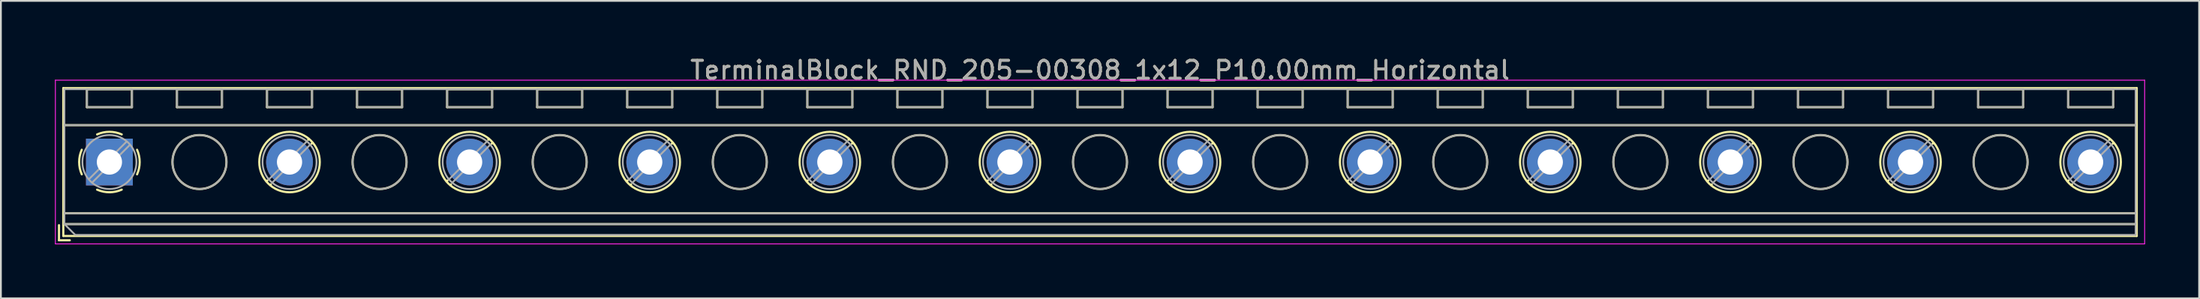
<source format=kicad_pcb>
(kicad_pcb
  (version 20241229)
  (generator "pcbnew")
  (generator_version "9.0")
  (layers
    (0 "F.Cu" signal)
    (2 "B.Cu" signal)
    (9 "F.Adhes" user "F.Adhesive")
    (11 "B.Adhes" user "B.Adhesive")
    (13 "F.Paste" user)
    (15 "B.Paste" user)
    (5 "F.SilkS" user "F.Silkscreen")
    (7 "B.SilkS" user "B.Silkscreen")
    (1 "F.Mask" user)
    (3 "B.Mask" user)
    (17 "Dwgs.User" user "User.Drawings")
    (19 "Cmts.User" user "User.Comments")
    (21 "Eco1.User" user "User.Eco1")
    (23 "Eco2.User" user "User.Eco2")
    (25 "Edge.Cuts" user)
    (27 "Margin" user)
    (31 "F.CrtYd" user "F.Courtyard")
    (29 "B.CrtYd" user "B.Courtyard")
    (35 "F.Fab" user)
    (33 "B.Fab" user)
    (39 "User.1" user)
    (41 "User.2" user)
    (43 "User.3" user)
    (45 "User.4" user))
  (footprint "TerminalBlock_RND_205-00308_1x12_P10.00mm_Horizontal"
    (layer "F.Cu")
    (at 3.025 5.958)
    (property "Reference" "TerminalBlock_RND_205-00308_1x12_P10.00mm_Horizontal" (at 55 -5.11 0) (layer "F.SilkS") (effects (font (size 1 1) (thickness 0.15))))
    (attr through_hole)
    (fp_line (start -2.8 3.51) (end -2.8 4.35) (stroke (width 0.12) (type solid)) (layer "F.SilkS"))
    (fp_line (start -2.8 4.35) (end -2.2 4.35) (stroke (width 0.12) (type solid)) (layer "F.SilkS"))
    (fp_line (start -2.56 -4.11) (end -2.56 4.11) (stroke (width 0.12) (type solid)) (layer "F.SilkS"))
    (fp_line (start -2.56 -4.11) (end 112.56 -4.11) (stroke (width 0.12) (type solid)) (layer "F.SilkS"))
    (fp_line (start -2.56 -2.05) (end 112.56 -2.05) (stroke (width 0.12) (type solid)) (layer "F.SilkS"))
    (fp_line (start -2.56 2.85) (end 112.56 2.85) (stroke (width 0.12) (type solid)) (layer "F.SilkS"))
    (fp_line (start -2.56 3.45) (end 112.56 3.45) (stroke (width 0.12) (type solid)) (layer "F.SilkS"))
    (fp_line (start -2.56 4.11) (end 112.56 4.11) (stroke (width 0.12) (type solid)) (layer "F.SilkS"))
    (fp_line (start -1.25 -4.05) (end -1.25 -3.05) (stroke (width 0.12) (type solid)) (layer "F.SilkS"))
    (fp_line (start -1.25 -4.05) (end 1.25 -4.05) (stroke (width 0.12) (type solid)) (layer "F.SilkS"))
    (fp_line (start -1.25 -3.05) (end 1.25 -3.05) (stroke (width 0.12) (type solid)) (layer "F.SilkS"))
    (fp_line (start 1.25 -4.05) (end 1.25 -3.05) (stroke (width 0.12) (type solid)) (layer "F.SilkS"))
    (fp_line (start 3.75 -4.05) (end 3.75 -3.05) (stroke (width 0.12) (type solid)) (layer "F.SilkS"))
    (fp_line (start 3.75 -4.05) (end 6.25 -4.05) (stroke (width 0.12) (type solid)) (layer "F.SilkS"))
    (fp_line (start 3.75 -3.05) (end 6.25 -3.05) (stroke (width 0.12) (type solid)) (layer "F.SilkS"))
    (fp_line (start 6.25 -4.05) (end 6.25 -3.05) (stroke (width 0.12) (type solid)) (layer "F.SilkS"))
    (fp_line (start 8.75 -4.05) (end 8.75 -3.05) (stroke (width 0.12) (type solid)) (layer "F.SilkS"))
    (fp_line (start 8.75 -4.05) (end 11.25 -4.05) (stroke (width 0.12) (type solid)) (layer "F.SilkS"))
    (fp_line (start 8.75 -3.05) (end 11.25 -3.05) (stroke (width 0.12) (type solid)) (layer "F.SilkS"))
    (fp_line (start 8.773 1.023) (end 8.726 1.069) (stroke (width 0.12) (type solid)) (layer "F.SilkS"))
    (fp_line (start 8.966 1.239) (end 8.931 1.274) (stroke (width 0.12) (type solid)) (layer "F.SilkS"))
    (fp_line (start 11.07 -1.275) (end 11.035 -1.239) (stroke (width 0.12) (type solid)) (layer "F.SilkS"))
    (fp_line (start 11.25 -4.05) (end 11.25 -3.05) (stroke (width 0.12) (type solid)) (layer "F.SilkS"))
    (fp_line (start 11.275 -1.069) (end 11.228 -1.023) (stroke (width 0.12) (type solid)) (layer "F.SilkS"))
    (fp_line (start 13.75 -4.05) (end 13.75 -3.05) (stroke (width 0.12) (type solid)) (layer "F.SilkS"))
    (fp_line (start 13.75 -4.05) (end 16.25 -4.05) (stroke (width 0.12) (type solid)) (layer "F.SilkS"))
    (fp_line (start 13.75 -3.05) (end 16.25 -3.05) (stroke (width 0.12) (type solid)) (layer "F.SilkS"))
    (fp_line (start 16.25 -4.05) (end 16.25 -3.05) (stroke (width 0.12) (type solid)) (layer "F.SilkS"))
    (fp_line (start 18.75 -4.05) (end 18.75 -3.05) (stroke (width 0.12) (type solid)) (layer "F.SilkS"))
    (fp_line (start 18.75 -4.05) (end 21.25 -4.05) (stroke (width 0.12) (type solid)) (layer "F.SilkS"))
    (fp_line (start 18.75 -3.05) (end 21.25 -3.05) (stroke (width 0.12) (type solid)) (layer "F.SilkS"))
    (fp_line (start 18.773 1.023) (end 18.726 1.069) (stroke (width 0.12) (type solid)) (layer "F.SilkS"))
    (fp_line (start 18.966 1.239) (end 18.931 1.274) (stroke (width 0.12) (type solid)) (layer "F.SilkS"))
    (fp_line (start 21.07 -1.275) (end 21.035 -1.239) (stroke (width 0.12) (type solid)) (layer "F.SilkS"))
    (fp_line (start 21.25 -4.05) (end 21.25 -3.05) (stroke (width 0.12) (type solid)) (layer "F.SilkS"))
    (fp_line (start 21.275 -1.069) (end 21.228 -1.023) (stroke (width 0.12) (type solid)) (layer "F.SilkS"))
    (fp_line (start 23.75 -4.05) (end 23.75 -3.05) (stroke (width 0.12) (type solid)) (layer "F.SilkS"))
    (fp_line (start 23.75 -4.05) (end 26.25 -4.05) (stroke (width 0.12) (type solid)) (layer "F.SilkS"))
    (fp_line (start 23.75 -3.05) (end 26.25 -3.05) (stroke (width 0.12) (type solid)) (layer "F.SilkS"))
    (fp_line (start 26.25 -4.05) (end 26.25 -3.05) (stroke (width 0.12) (type solid)) (layer "F.SilkS"))
    (fp_line (start 28.75 -4.05) (end 28.75 -3.05) (stroke (width 0.12) (type solid)) (layer "F.SilkS"))
    (fp_line (start 28.75 -4.05) (end 31.25 -4.05) (stroke (width 0.12) (type solid)) (layer "F.SilkS"))
    (fp_line (start 28.75 -3.05) (end 31.25 -3.05) (stroke (width 0.12) (type solid)) (layer "F.SilkS"))
    (fp_line (start 28.773 1.023) (end 28.726 1.069) (stroke (width 0.12) (type solid)) (layer "F.SilkS"))
    (fp_line (start 28.966 1.239) (end 28.931 1.274) (stroke (width 0.12) (type solid)) (layer "F.SilkS"))
    (fp_line (start 31.07 -1.275) (end 31.035 -1.239) (stroke (width 0.12) (type solid)) (layer "F.SilkS"))
    (fp_line (start 31.25 -4.05) (end 31.25 -3.05) (stroke (width 0.12) (type solid)) (layer "F.SilkS"))
    (fp_line (start 31.275 -1.069) (end 31.228 -1.023) (stroke (width 0.12) (type solid)) (layer "F.SilkS"))
    (fp_line (start 33.75 -4.05) (end 33.75 -3.05) (stroke (width 0.12) (type solid)) (layer "F.SilkS"))
    (fp_line (start 33.75 -4.05) (end 36.25 -4.05) (stroke (width 0.12) (type solid)) (layer "F.SilkS"))
    (fp_line (start 33.75 -3.05) (end 36.25 -3.05) (stroke (width 0.12) (type solid)) (layer "F.SilkS"))
    (fp_line (start 36.25 -4.05) (end 36.25 -3.05) (stroke (width 0.12) (type solid)) (layer "F.SilkS"))
    (fp_line (start 38.75 -4.05) (end 38.75 -3.05) (stroke (width 0.12) (type solid)) (layer "F.SilkS"))
    (fp_line (start 38.75 -4.05) (end 41.25 -4.05) (stroke (width 0.12) (type solid)) (layer "F.SilkS"))
    (fp_line (start 38.75 -3.05) (end 41.25 -3.05) (stroke (width 0.12) (type solid)) (layer "F.SilkS"))
    (fp_line (start 38.773 1.023) (end 38.726 1.069) (stroke (width 0.12) (type solid)) (layer "F.SilkS"))
    (fp_line (start 38.966 1.239) (end 38.931 1.274) (stroke (width 0.12) (type solid)) (layer "F.SilkS"))
    (fp_line (start 41.07 -1.275) (end 41.035 -1.239) (stroke (width 0.12) (type solid)) (layer "F.SilkS"))
    (fp_line (start 41.25 -4.05) (end 41.25 -3.05) (stroke (width 0.12) (type solid)) (layer "F.SilkS"))
    (fp_line (start 41.275 -1.069) (end 41.228 -1.023) (stroke (width 0.12) (type solid)) (layer "F.SilkS"))
    (fp_line (start 43.75 -4.05) (end 43.75 -3.05) (stroke (width 0.12) (type solid)) (layer "F.SilkS"))
    (fp_line (start 43.75 -4.05) (end 46.25 -4.05) (stroke (width 0.12) (type solid)) (layer "F.SilkS"))
    (fp_line (start 43.75 -3.05) (end 46.25 -3.05) (stroke (width 0.12) (type solid)) (layer "F.SilkS"))
    (fp_line (start 46.25 -4.05) (end 46.25 -3.05) (stroke (width 0.12) (type solid)) (layer "F.SilkS"))
    (fp_line (start 48.75 -4.05) (end 48.75 -3.05) (stroke (width 0.12) (type solid)) (layer "F.SilkS"))
    (fp_line (start 48.75 -4.05) (end 51.25 -4.05) (stroke (width 0.12) (type solid)) (layer "F.SilkS"))
    (fp_line (start 48.75 -3.05) (end 51.25 -3.05) (stroke (width 0.12) (type solid)) (layer "F.SilkS"))
    (fp_line (start 48.773 1.023) (end 48.726 1.069) (stroke (width 0.12) (type solid)) (layer "F.SilkS"))
    (fp_line (start 48.966 1.239) (end 48.931 1.274) (stroke (width 0.12) (type solid)) (layer "F.SilkS"))
    (fp_line (start 51.07 -1.275) (end 51.035 -1.239) (stroke (width 0.12) (type solid)) (layer "F.SilkS"))
    (fp_line (start 51.25 -4.05) (end 51.25 -3.05) (stroke (width 0.12) (type solid)) (layer "F.SilkS"))
    (fp_line (start 51.275 -1.069) (end 51.228 -1.023) (stroke (width 0.12) (type solid)) (layer "F.SilkS"))
    (fp_line (start 53.75 -4.05) (end 53.75 -3.05) (stroke (width 0.12) (type solid)) (layer "F.SilkS"))
    (fp_line (start 53.75 -4.05) (end 56.25 -4.05) (stroke (width 0.12) (type solid)) (layer "F.SilkS"))
    (fp_line (start 53.75 -3.05) (end 56.25 -3.05) (stroke (width 0.12) (type solid)) (layer "F.SilkS"))
    (fp_line (start 56.25 -4.05) (end 56.25 -3.05) (stroke (width 0.12) (type solid)) (layer "F.SilkS"))
    (fp_line (start 58.75 -4.05) (end 58.75 -3.05) (stroke (width 0.12) (type solid)) (layer "F.SilkS"))
    (fp_line (start 58.75 -4.05) (end 61.25 -4.05) (stroke (width 0.12) (type solid)) (layer "F.SilkS"))
    (fp_line (start 58.75 -3.05) (end 61.25 -3.05) (stroke (width 0.12) (type solid)) (layer "F.SilkS"))
    (fp_line (start 58.773 1.023) (end 58.726 1.069) (stroke (width 0.12) (type solid)) (layer "F.SilkS"))
    (fp_line (start 58.966 1.239) (end 58.931 1.274) (stroke (width 0.12) (type solid)) (layer "F.SilkS"))
    (fp_line (start 61.07 -1.275) (end 61.035 -1.239) (stroke (width 0.12) (type solid)) (layer "F.SilkS"))
    (fp_line (start 61.25 -4.05) (end 61.25 -3.05) (stroke (width 0.12) (type solid)) (layer "F.SilkS"))
    (fp_line (start 61.275 -1.069) (end 61.228 -1.023) (stroke (width 0.12) (type solid)) (layer "F.SilkS"))
    (fp_line (start 63.75 -4.05) (end 63.75 -3.05) (stroke (width 0.12) (type solid)) (layer "F.SilkS"))
    (fp_line (start 63.75 -4.05) (end 66.25 -4.05) (stroke (width 0.12) (type solid)) (layer "F.SilkS"))
    (fp_line (start 63.75 -3.05) (end 66.25 -3.05) (stroke (width 0.12) (type solid)) (layer "F.SilkS"))
    (fp_line (start 66.25 -4.05) (end 66.25 -3.05) (stroke (width 0.12) (type solid)) (layer "F.SilkS"))
    (fp_line (start 68.75 -4.05) (end 68.75 -3.05) (stroke (width 0.12) (type solid)) (layer "F.SilkS"))
    (fp_line (start 68.75 -4.05) (end 71.25 -4.05) (stroke (width 0.12) (type solid)) (layer "F.SilkS"))
    (fp_line (start 68.75 -3.05) (end 71.25 -3.05) (stroke (width 0.12) (type solid)) (layer "F.SilkS"))
    (fp_line (start 68.773 1.023) (end 68.726 1.069) (stroke (width 0.12) (type solid)) (layer "F.SilkS"))
    (fp_line (start 68.966 1.239) (end 68.931 1.274) (stroke (width 0.12) (type solid)) (layer "F.SilkS"))
    (fp_line (start 71.07 -1.275) (end 71.035 -1.239) (stroke (width 0.12) (type solid)) (layer "F.SilkS"))
    (fp_line (start 71.25 -4.05) (end 71.25 -3.05) (stroke (width 0.12) (type solid)) (layer "F.SilkS"))
    (fp_line (start 71.275 -1.069) (end 71.228 -1.023) (stroke (width 0.12) (type solid)) (layer "F.SilkS"))
    (fp_line (start 73.75 -4.05) (end 73.75 -3.05) (stroke (width 0.12) (type solid)) (layer "F.SilkS"))
    (fp_line (start 73.75 -4.05) (end 76.25 -4.05) (stroke (width 0.12) (type solid)) (layer "F.SilkS"))
    (fp_line (start 73.75 -3.05) (end 76.25 -3.05) (stroke (width 0.12) (type solid)) (layer "F.SilkS"))
    (fp_line (start 76.25 -4.05) (end 76.25 -3.05) (stroke (width 0.12) (type solid)) (layer "F.SilkS"))
    (fp_line (start 78.75 -4.05) (end 78.75 -3.05) (stroke (width 0.12) (type solid)) (layer "F.SilkS"))
    (fp_line (start 78.75 -4.05) (end 81.25 -4.05) (stroke (width 0.12) (type solid)) (layer "F.SilkS"))
    (fp_line (start 78.75 -3.05) (end 81.25 -3.05) (stroke (width 0.12) (type solid)) (layer "F.SilkS"))
    (fp_line (start 78.773 1.023) (end 78.726 1.069) (stroke (width 0.12) (type solid)) (layer "F.SilkS"))
    (fp_line (start 78.966 1.239) (end 78.931 1.274) (stroke (width 0.12) (type solid)) (layer "F.SilkS"))
    (fp_line (start 81.07 -1.275) (end 81.035 -1.239) (stroke (width 0.12) (type solid)) (layer "F.SilkS"))
    (fp_line (start 81.25 -4.05) (end 81.25 -3.05) (stroke (width 0.12) (type solid)) (layer "F.SilkS"))
    (fp_line (start 81.275 -1.069) (end 81.228 -1.023) (stroke (width 0.12) (type solid)) (layer "F.SilkS"))
    (fp_line (start 83.75 -4.05) (end 83.75 -3.05) (stroke (width 0.12) (type solid)) (layer "F.SilkS"))
    (fp_line (start 83.75 -4.05) (end 86.25 -4.05) (stroke (width 0.12) (type solid)) (layer "F.SilkS"))
    (fp_line (start 83.75 -3.05) (end 86.25 -3.05) (stroke (width 0.12) (type solid)) (layer "F.SilkS"))
    (fp_line (start 86.25 -4.05) (end 86.25 -3.05) (stroke (width 0.12) (type solid)) (layer "F.SilkS"))
    (fp_line (start 88.75 -4.05) (end 88.75 -3.05) (stroke (width 0.12) (type solid)) (layer "F.SilkS"))
    (fp_line (start 88.75 -4.05) (end 91.25 -4.05) (stroke (width 0.12) (type solid)) (layer "F.SilkS"))
    (fp_line (start 88.75 -3.05) (end 91.25 -3.05) (stroke (width 0.12) (type solid)) (layer "F.SilkS"))
    (fp_line (start 88.773 1.023) (end 88.726 1.069) (stroke (width 0.12) (type solid)) (layer "F.SilkS"))
    (fp_line (start 88.966 1.239) (end 88.931 1.274) (stroke (width 0.12) (type solid)) (layer "F.SilkS"))
    (fp_line (start 91.07 -1.275) (end 91.035 -1.239) (stroke (width 0.12) (type solid)) (layer "F.SilkS"))
    (fp_line (start 91.25 -4.05) (end 91.25 -3.05) (stroke (width 0.12) (type solid)) (layer "F.SilkS"))
    (fp_line (start 91.275 -1.069) (end 91.228 -1.023) (stroke (width 0.12) (type solid)) (layer "F.SilkS"))
    (fp_line (start 93.75 -4.05) (end 93.75 -3.05) (stroke (width 0.12) (type solid)) (layer "F.SilkS"))
    (fp_line (start 93.75 -4.05) (end 96.25 -4.05) (stroke (width 0.12) (type solid)) (layer "F.SilkS"))
    (fp_line (start 93.75 -3.05) (end 96.25 -3.05) (stroke (width 0.12) (type solid)) (layer "F.SilkS"))
    (fp_line (start 96.25 -4.05) (end 96.25 -3.05) (stroke (width 0.12) (type solid)) (layer "F.SilkS"))
    (fp_line (start 98.75 -4.05) (end 98.75 -3.05) (stroke (width 0.12) (type solid)) (layer "F.SilkS"))
    (fp_line (start 98.75 -4.05) (end 101.25 -4.05) (stroke (width 0.12) (type solid)) (layer "F.SilkS"))
    (fp_line (start 98.75 -3.05) (end 101.25 -3.05) (stroke (width 0.12) (type solid)) (layer "F.SilkS"))
    (fp_line (start 98.773 1.023) (end 98.726 1.069) (stroke (width 0.12) (type solid)) (layer "F.SilkS"))
    (fp_line (start 98.966 1.239) (end 98.931 1.274) (stroke (width 0.12) (type solid)) (layer "F.SilkS"))
    (fp_line (start 101.07 -1.275) (end 101.035 -1.239) (stroke (width 0.12) (type solid)) (layer "F.SilkS"))
    (fp_line (start 101.25 -4.05) (end 101.25 -3.05) (stroke (width 0.12) (type solid)) (layer "F.SilkS"))
    (fp_line (start 101.275 -1.069) (end 101.228 -1.023) (stroke (width 0.12) (type solid)) (layer "F.SilkS"))
    (fp_line (start 103.75 -4.05) (end 103.75 -3.05) (stroke (width 0.12) (type solid)) (layer "F.SilkS"))
    (fp_line (start 103.75 -4.05) (end 106.25 -4.05) (stroke (width 0.12) (type solid)) (layer "F.SilkS"))
    (fp_line (start 103.75 -3.05) (end 106.25 -3.05) (stroke (width 0.12) (type solid)) (layer "F.SilkS"))
    (fp_line (start 106.25 -4.05) (end 106.25 -3.05) (stroke (width 0.12) (type solid)) (layer "F.SilkS"))
    (fp_line (start 108.75 -4.05) (end 108.75 -3.05) (stroke (width 0.12) (type solid)) (layer "F.SilkS"))
    (fp_line (start 108.75 -4.05) (end 111.25 -4.05) (stroke (width 0.12) (type solid)) (layer "F.SilkS"))
    (fp_line (start 108.75 -3.05) (end 111.25 -3.05) (stroke (width 0.12) (type solid)) (layer "F.SilkS"))
    (fp_line (start 108.773 1.023) (end 108.726 1.069) (stroke (width 0.12) (type solid)) (layer "F.SilkS"))
    (fp_line (start 108.966 1.239) (end 108.931 1.274) (stroke (width 0.12) (type solid)) (layer "F.SilkS"))
    (fp_line (start 111.07 -1.275) (end 111.035 -1.239) (stroke (width 0.12) (type solid)) (layer "F.SilkS"))
    (fp_line (start 111.25 -4.05) (end 111.25 -3.05) (stroke (width 0.12) (type solid)) (layer "F.SilkS"))
    (fp_line (start 111.275 -1.069) (end 111.228 -1.023) (stroke (width 0.12) (type solid)) (layer "F.SilkS"))
    (fp_line (start 112.56 -4.11) (end 112.56 4.11) (stroke (width 0.12) (type solid)) (layer "F.SilkS"))
    (fp_arc (start -1.535427 0.683042) (mid -1.680501 -0.000524) (end -1.535 -0.684) (stroke (width 0.12) (type solid)) (layer "F.SilkS"))
    (fp_arc (start -0.683042 -1.535427) (mid 0.000524 -1.680501) (end 0.684 -1.535) (stroke (width 0.12) (type solid)) (layer "F.SilkS"))
    (fp_arc (start 0.028805 1.680253) (mid -0.335551 1.646659) (end -0.684 1.535) (stroke (width 0.12) (type solid)) (layer "F.SilkS"))
    (fp_arc (start 0.683318 1.534756) (mid 0.349292 1.643288) (end 0 1.68) (stroke (width 0.12) (type solid)) (layer "F.SilkS"))
    (fp_arc (start 1.535427 -0.683042) (mid 1.680501 0.000524) (end 1.535 0.684) (stroke (width 0.12) (type solid)) (layer "F.SilkS"))
    (fp_circle (center 5 0) (end 6.5 0) (stroke (width 0.12) (type solid)) (fill no) (layer "F.SilkS"))
    (fp_circle (center 10 0) (end 11.68 0) (stroke (width 0.12) (type solid)) (fill no) (layer "F.SilkS"))
    (fp_circle (center 15 0) (end 16.5 0) (stroke (width 0.12) (type solid)) (fill no) (layer "F.SilkS"))
    (fp_circle (center 20 0) (end 21.68 0) (stroke (width 0.12) (type solid)) (fill no) (layer "F.SilkS"))
    (fp_circle (center 25 0) (end 26.5 0) (stroke (width 0.12) (type solid)) (fill no) (layer "F.SilkS"))
    (fp_circle (center 30 0) (end 31.68 0) (stroke (width 0.12) (type solid)) (fill no) (layer "F.SilkS"))
    (fp_circle (center 35 0) (end 36.5 0) (stroke (width 0.12) (type solid)) (fill no) (layer "F.SilkS"))
    (fp_circle (center 40 0) (end 41.68 0) (stroke (width 0.12) (type solid)) (fill no) (layer "F.SilkS"))
    (fp_circle (center 45 0) (end 46.5 0) (stroke (width 0.12) (type solid)) (fill no) (layer "F.SilkS"))
    (fp_circle (center 50 0) (end 51.68 0) (stroke (width 0.12) (type solid)) (fill no) (layer "F.SilkS"))
    (fp_circle (center 55 0) (end 56.5 0) (stroke (width 0.12) (type solid)) (fill no) (layer "F.SilkS"))
    (fp_circle (center 60 0) (end 61.68 0) (stroke (width 0.12) (type solid)) (fill no) (layer "F.SilkS"))
    (fp_circle (center 65 0) (end 66.5 0) (stroke (width 0.12) (type solid)) (fill no) (layer "F.SilkS"))
    (fp_circle (center 70 0) (end 71.68 0) (stroke (width 0.12) (type solid)) (fill no) (layer "F.SilkS"))
    (fp_circle (center 75 0) (end 76.5 0) (stroke (width 0.12) (type solid)) (fill no) (layer "F.SilkS"))
    (fp_circle (center 80 0) (end 81.68 0) (stroke (width 0.12) (type solid)) (fill no) (layer "F.SilkS"))
    (fp_circle (center 85 0) (end 86.5 0) (stroke (width 0.12) (type solid)) (fill no) (layer "F.SilkS"))
    (fp_circle (center 90 0) (end 91.68 0) (stroke (width 0.12) (type solid)) (fill no) (layer "F.SilkS"))
    (fp_circle (center 95 0) (end 96.5 0) (stroke (width 0.12) (type solid)) (fill no) (layer "F.SilkS"))
    (fp_circle (center 100 0) (end 101.68 0) (stroke (width 0.12) (type solid)) (fill no) (layer "F.SilkS"))
    (fp_circle (center 105 0) (end 106.5 0) (stroke (width 0.12) (type solid)) (fill no) (layer "F.SilkS"))
    (fp_circle (center 110 0) (end 111.68 0) (stroke (width 0.12) (type solid)) (fill no) (layer "F.SilkS"))
    (fp_line (start -3 -4.55) (end -3 4.55) (stroke (width 0.05) (type solid)) (layer "F.CrtYd"))
    (fp_line (start -3 4.55) (end 113 4.55) (stroke (width 0.05) (type solid)) (layer "F.CrtYd"))
    (fp_line (start 113 -4.55) (end -3 -4.55) (stroke (width 0.05) (type solid)) (layer "F.CrtYd"))
    (fp_line (start 113 4.55) (end 113 -4.55) (stroke (width 0.05) (type solid)) (layer "F.CrtYd"))
    (fp_line (start -2.5 -4.05) (end 112.5 -4.05) (stroke (width 0.1) (type solid)) (layer "F.Fab"))
    (fp_line (start -2.5 -2.05) (end 112.5 -2.05) (stroke (width 0.1) (type solid)) (layer "F.Fab"))
    (fp_line (start -2.5 2.85) (end 112.5 2.85) (stroke (width 0.1) (type solid)) (layer "F.Fab"))
    (fp_line (start -2.5 3.45) (end -2.5 -4.05) (stroke (width 0.1) (type solid)) (layer "F.Fab"))
    (fp_line (start -2.5 3.45) (end 112.5 3.45) (stroke (width 0.1) (type solid)) (layer "F.Fab"))
    (fp_line (start -1.9 4.05) (end -2.5 3.45) (stroke (width 0.1) (type solid)) (layer "F.Fab"))
    (fp_line (start -1.25 -4.05) (end -1.25 -3.05) (stroke (width 0.1) (type solid)) (layer "F.Fab"))
    (fp_line (start -1.25 -3.05) (end 1.25 -3.05) (stroke (width 0.1) (type solid)) (layer "F.Fab"))
    (fp_line (start 0.955 -1.138) (end -1.138 0.955) (stroke (width 0.1) (type solid)) (layer "F.Fab"))
    (fp_line (start 1.138 -0.955) (end -0.955 1.138) (stroke (width 0.1) (type solid)) (layer "F.Fab"))
    (fp_line (start 1.25 -4.05) (end -1.25 -4.05) (stroke (width 0.1) (type solid)) (layer "F.Fab"))
    (fp_line (start 1.25 -3.05) (end 1.25 -4.05) (stroke (width 0.1) (type solid)) (layer "F.Fab"))
    (fp_line (start 3.75 -4.05) (end 3.75 -3.05) (stroke (width 0.1) (type solid)) (layer "F.Fab"))
    (fp_line (start 3.75 -3.05) (end 6.25 -3.05) (stroke (width 0.1) (type solid)) (layer "F.Fab"))
    (fp_line (start 6.25 -4.05) (end 3.75 -4.05) (stroke (width 0.1) (type solid)) (layer "F.Fab"))
    (fp_line (start 6.25 -3.05) (end 6.25 -4.05) (stroke (width 0.1) (type solid)) (layer "F.Fab"))
    (fp_line (start 8.75 -4.05) (end 8.75 -3.05) (stroke (width 0.1) (type solid)) (layer "F.Fab"))
    (fp_line (start 8.75 -3.05) (end 11.25 -3.05) (stroke (width 0.1) (type solid)) (layer "F.Fab"))
    (fp_line (start 10.955 -1.138) (end 8.863 0.955) (stroke (width 0.1) (type solid)) (layer "F.Fab"))
    (fp_line (start 11.138 -0.955) (end 9.046 1.138) (stroke (width 0.1) (type solid)) (layer "F.Fab"))
    (fp_line (start 11.25 -4.05) (end 8.75 -4.05) (stroke (width 0.1) (type solid)) (layer "F.Fab"))
    (fp_line (start 11.25 -3.05) (end 11.25 -4.05) (stroke (width 0.1) (type solid)) (layer "F.Fab"))
    (fp_line (start 13.75 -4.05) (end 13.75 -3.05) (stroke (width 0.1) (type solid)) (layer "F.Fab"))
    (fp_line (start 13.75 -3.05) (end 16.25 -3.05) (stroke (width 0.1) (type solid)) (layer "F.Fab"))
    (fp_line (start 16.25 -4.05) (end 13.75 -4.05) (stroke (width 0.1) (type solid)) (layer "F.Fab"))
    (fp_line (start 16.25 -3.05) (end 16.25 -4.05) (stroke (width 0.1) (type solid)) (layer "F.Fab"))
    (fp_line (start 18.75 -4.05) (end 18.75 -3.05) (stroke (width 0.1) (type solid)) (layer "F.Fab"))
    (fp_line (start 18.75 -3.05) (end 21.25 -3.05) (stroke (width 0.1) (type solid)) (layer "F.Fab"))
    (fp_line (start 20.955 -1.138) (end 18.863 0.955) (stroke (width 0.1) (type solid)) (layer "F.Fab"))
    (fp_line (start 21.138 -0.955) (end 19.046 1.138) (stroke (width 0.1) (type solid)) (layer "F.Fab"))
    (fp_line (start 21.25 -4.05) (end 18.75 -4.05) (stroke (width 0.1) (type solid)) (layer "F.Fab"))
    (fp_line (start 21.25 -3.05) (end 21.25 -4.05) (stroke (width 0.1) (type solid)) (layer "F.Fab"))
    (fp_line (start 23.75 -4.05) (end 23.75 -3.05) (stroke (width 0.1) (type solid)) (layer "F.Fab"))
    (fp_line (start 23.75 -3.05) (end 26.25 -3.05) (stroke (width 0.1) (type solid)) (layer "F.Fab"))
    (fp_line (start 26.25 -4.05) (end 23.75 -4.05) (stroke (width 0.1) (type solid)) (layer "F.Fab"))
    (fp_line (start 26.25 -3.05) (end 26.25 -4.05) (stroke (width 0.1) (type solid)) (layer "F.Fab"))
    (fp_line (start 28.75 -4.05) (end 28.75 -3.05) (stroke (width 0.1) (type solid)) (layer "F.Fab"))
    (fp_line (start 28.75 -3.05) (end 31.25 -3.05) (stroke (width 0.1) (type solid)) (layer "F.Fab"))
    (fp_line (start 30.955 -1.138) (end 28.863 0.955) (stroke (width 0.1) (type solid)) (layer "F.Fab"))
    (fp_line (start 31.138 -0.955) (end 29.046 1.138) (stroke (width 0.1) (type solid)) (layer "F.Fab"))
    (fp_line (start 31.25 -4.05) (end 28.75 -4.05) (stroke (width 0.1) (type solid)) (layer "F.Fab"))
    (fp_line (start 31.25 -3.05) (end 31.25 -4.05) (stroke (width 0.1) (type solid)) (layer "F.Fab"))
    (fp_line (start 33.75 -4.05) (end 33.75 -3.05) (stroke (width 0.1) (type solid)) (layer "F.Fab"))
    (fp_line (start 33.75 -3.05) (end 36.25 -3.05) (stroke (width 0.1) (type solid)) (layer "F.Fab"))
    (fp_line (start 36.25 -4.05) (end 33.75 -4.05) (stroke (width 0.1) (type solid)) (layer "F.Fab"))
    (fp_line (start 36.25 -3.05) (end 36.25 -4.05) (stroke (width 0.1) (type solid)) (layer "F.Fab"))
    (fp_line (start 38.75 -4.05) (end 38.75 -3.05) (stroke (width 0.1) (type solid)) (layer "F.Fab"))
    (fp_line (start 38.75 -3.05) (end 41.25 -3.05) (stroke (width 0.1) (type solid)) (layer "F.Fab"))
    (fp_line (start 40.955 -1.138) (end 38.863 0.955) (stroke (width 0.1) (type solid)) (layer "F.Fab"))
    (fp_line (start 41.138 -0.955) (end 39.046 1.138) (stroke (width 0.1) (type solid)) (layer "F.Fab"))
    (fp_line (start 41.25 -4.05) (end 38.75 -4.05) (stroke (width 0.1) (type solid)) (layer "F.Fab"))
    (fp_line (start 41.25 -3.05) (end 41.25 -4.05) (stroke (width 0.1) (type solid)) (layer "F.Fab"))
    (fp_line (start 43.75 -4.05) (end 43.75 -3.05) (stroke (width 0.1) (type solid)) (layer "F.Fab"))
    (fp_line (start 43.75 -3.05) (end 46.25 -3.05) (stroke (width 0.1) (type solid)) (layer "F.Fab"))
    (fp_line (start 46.25 -4.05) (end 43.75 -4.05) (stroke (width 0.1) (type solid)) (layer "F.Fab"))
    (fp_line (start 46.25 -3.05) (end 46.25 -4.05) (stroke (width 0.1) (type solid)) (layer "F.Fab"))
    (fp_line (start 48.75 -4.05) (end 48.75 -3.05) (stroke (width 0.1) (type solid)) (layer "F.Fab"))
    (fp_line (start 48.75 -3.05) (end 51.25 -3.05) (stroke (width 0.1) (type solid)) (layer "F.Fab"))
    (fp_line (start 50.955 -1.138) (end 48.863 0.955) (stroke (width 0.1) (type solid)) (layer "F.Fab"))
    (fp_line (start 51.138 -0.955) (end 49.046 1.138) (stroke (width 0.1) (type solid)) (layer "F.Fab"))
    (fp_line (start 51.25 -4.05) (end 48.75 -4.05) (stroke (width 0.1) (type solid)) (layer "F.Fab"))
    (fp_line (start 51.25 -3.05) (end 51.25 -4.05) (stroke (width 0.1) (type solid)) (layer "F.Fab"))
    (fp_line (start 53.75 -4.05) (end 53.75 -3.05) (stroke (width 0.1) (type solid)) (layer "F.Fab"))
    (fp_line (start 53.75 -3.05) (end 56.25 -3.05) (stroke (width 0.1) (type solid)) (layer "F.Fab"))
    (fp_line (start 56.25 -4.05) (end 53.75 -4.05) (stroke (width 0.1) (type solid)) (layer "F.Fab"))
    (fp_line (start 56.25 -3.05) (end 56.25 -4.05) (stroke (width 0.1) (type solid)) (layer "F.Fab"))
    (fp_line (start 58.75 -4.05) (end 58.75 -3.05) (stroke (width 0.1) (type solid)) (layer "F.Fab"))
    (fp_line (start 58.75 -3.05) (end 61.25 -3.05) (stroke (width 0.1) (type solid)) (layer "F.Fab"))
    (fp_line (start 60.955 -1.138) (end 58.863 0.955) (stroke (width 0.1) (type solid)) (layer "F.Fab"))
    (fp_line (start 61.138 -0.955) (end 59.046 1.138) (stroke (width 0.1) (type solid)) (layer "F.Fab"))
    (fp_line (start 61.25 -4.05) (end 58.75 -4.05) (stroke (width 0.1) (type solid)) (layer "F.Fab"))
    (fp_line (start 61.25 -3.05) (end 61.25 -4.05) (stroke (width 0.1) (type solid)) (layer "F.Fab"))
    (fp_line (start 63.75 -4.05) (end 63.75 -3.05) (stroke (width 0.1) (type solid)) (layer "F.Fab"))
    (fp_line (start 63.75 -3.05) (end 66.25 -3.05) (stroke (width 0.1) (type solid)) (layer "F.Fab"))
    (fp_line (start 66.25 -4.05) (end 63.75 -4.05) (stroke (width 0.1) (type solid)) (layer "F.Fab"))
    (fp_line (start 66.25 -3.05) (end 66.25 -4.05) (stroke (width 0.1) (type solid)) (layer "F.Fab"))
    (fp_line (start 68.75 -4.05) (end 68.75 -3.05) (stroke (width 0.1) (type solid)) (layer "F.Fab"))
    (fp_line (start 68.75 -3.05) (end 71.25 -3.05) (stroke (width 0.1) (type solid)) (layer "F.Fab"))
    (fp_line (start 70.955 -1.138) (end 68.863 0.955) (stroke (width 0.1) (type solid)) (layer "F.Fab"))
    (fp_line (start 71.138 -0.955) (end 69.046 1.138) (stroke (width 0.1) (type solid)) (layer "F.Fab"))
    (fp_line (start 71.25 -4.05) (end 68.75 -4.05) (stroke (width 0.1) (type solid)) (layer "F.Fab"))
    (fp_line (start 71.25 -3.05) (end 71.25 -4.05) (stroke (width 0.1) (type solid)) (layer "F.Fab"))
    (fp_line (start 73.75 -4.05) (end 73.75 -3.05) (stroke (width 0.1) (type solid)) (layer "F.Fab"))
    (fp_line (start 73.75 -3.05) (end 76.25 -3.05) (stroke (width 0.1) (type solid)) (layer "F.Fab"))
    (fp_line (start 76.25 -4.05) (end 73.75 -4.05) (stroke (width 0.1) (type solid)) (layer "F.Fab"))
    (fp_line (start 76.25 -3.05) (end 76.25 -4.05) (stroke (width 0.1) (type solid)) (layer "F.Fab"))
    (fp_line (start 78.75 -4.05) (end 78.75 -3.05) (stroke (width 0.1) (type solid)) (layer "F.Fab"))
    (fp_line (start 78.75 -3.05) (end 81.25 -3.05) (stroke (width 0.1) (type solid)) (layer "F.Fab"))
    (fp_line (start 80.955 -1.138) (end 78.863 0.955) (stroke (width 0.1) (type solid)) (layer "F.Fab"))
    (fp_line (start 81.138 -0.955) (end 79.046 1.138) (stroke (width 0.1) (type solid)) (layer "F.Fab"))
    (fp_line (start 81.25 -4.05) (end 78.75 -4.05) (stroke (width 0.1) (type solid)) (layer "F.Fab"))
    (fp_line (start 81.25 -3.05) (end 81.25 -4.05) (stroke (width 0.1) (type solid)) (layer "F.Fab"))
    (fp_line (start 83.75 -4.05) (end 83.75 -3.05) (stroke (width 0.1) (type solid)) (layer "F.Fab"))
    (fp_line (start 83.75 -3.05) (end 86.25 -3.05) (stroke (width 0.1) (type solid)) (layer "F.Fab"))
    (fp_line (start 86.25 -4.05) (end 83.75 -4.05) (stroke (width 0.1) (type solid)) (layer "F.Fab"))
    (fp_line (start 86.25 -3.05) (end 86.25 -4.05) (stroke (width 0.1) (type solid)) (layer "F.Fab"))
    (fp_line (start 88.75 -4.05) (end 88.75 -3.05) (stroke (width 0.1) (type solid)) (layer "F.Fab"))
    (fp_line (start 88.75 -3.05) (end 91.25 -3.05) (stroke (width 0.1) (type solid)) (layer "F.Fab"))
    (fp_line (start 90.955 -1.138) (end 88.863 0.955) (stroke (width 0.1) (type solid)) (layer "F.Fab"))
    (fp_line (start 91.138 -0.955) (end 89.046 1.138) (stroke (width 0.1) (type solid)) (layer "F.Fab"))
    (fp_line (start 91.25 -4.05) (end 88.75 -4.05) (stroke (width 0.1) (type solid)) (layer "F.Fab"))
    (fp_line (start 91.25 -3.05) (end 91.25 -4.05) (stroke (width 0.1) (type solid)) (layer "F.Fab"))
    (fp_line (start 93.75 -4.05) (end 93.75 -3.05) (stroke (width 0.1) (type solid)) (layer "F.Fab"))
    (fp_line (start 93.75 -3.05) (end 96.25 -3.05) (stroke (width 0.1) (type solid)) (layer "F.Fab"))
    (fp_line (start 96.25 -4.05) (end 93.75 -4.05) (stroke (width 0.1) (type solid)) (layer "F.Fab"))
    (fp_line (start 96.25 -3.05) (end 96.25 -4.05) (stroke (width 0.1) (type solid)) (layer "F.Fab"))
    (fp_line (start 98.75 -4.05) (end 98.75 -3.05) (stroke (width 0.1) (type solid)) (layer "F.Fab"))
    (fp_line (start 98.75 -3.05) (end 101.25 -3.05) (stroke (width 0.1) (type solid)) (layer "F.Fab"))
    (fp_line (start 100.955 -1.138) (end 98.863 0.955) (stroke (width 0.1) (type solid)) (layer "F.Fab"))
    (fp_line (start 101.138 -0.955) (end 99.046 1.138) (stroke (width 0.1) (type solid)) (layer "F.Fab"))
    (fp_line (start 101.25 -4.05) (end 98.75 -4.05) (stroke (width 0.1) (type solid)) (layer "F.Fab"))
    (fp_line (start 101.25 -3.05) (end 101.25 -4.05) (stroke (width 0.1) (type solid)) (layer "F.Fab"))
    (fp_line (start 103.75 -4.05) (end 103.75 -3.05) (stroke (width 0.1) (type solid)) (layer "F.Fab"))
    (fp_line (start 103.75 -3.05) (end 106.25 -3.05) (stroke (width 0.1) (type solid)) (layer "F.Fab"))
    (fp_line (start 106.25 -4.05) (end 103.75 -4.05) (stroke (width 0.1) (type solid)) (layer "F.Fab"))
    (fp_line (start 106.25 -3.05) (end 106.25 -4.05) (stroke (width 0.1) (type solid)) (layer "F.Fab"))
    (fp_line (start 108.75 -4.05) (end 108.75 -3.05) (stroke (width 0.1) (type solid)) (layer "F.Fab"))
    (fp_line (start 108.75 -3.05) (end 111.25 -3.05) (stroke (width 0.1) (type solid)) (layer "F.Fab"))
    (fp_line (start 110.955 -1.138) (end 108.863 0.955) (stroke (width 0.1) (type solid)) (layer "F.Fab"))
    (fp_line (start 111.138 -0.955) (end 109.046 1.138) (stroke (width 0.1) (type solid)) (layer "F.Fab"))
    (fp_line (start 111.25 -4.05) (end 108.75 -4.05) (stroke (width 0.1) (type solid)) (layer "F.Fab"))
    (fp_line (start 111.25 -3.05) (end 111.25 -4.05) (stroke (width 0.1) (type solid)) (layer "F.Fab"))
    (fp_line (start 112.5 -4.05) (end 112.5 4.05) (stroke (width 0.1) (type solid)) (layer "F.Fab"))
    (fp_line (start 112.5 4.05) (end -1.9 4.05) (stroke (width 0.1) (type solid)) (layer "F.Fab"))
    (fp_circle (center 0 0) (end 1.5 0) (stroke (width 0.1) (type solid)) (fill no) (layer "F.Fab"))
    (fp_circle (center 5 0) (end 6.5 0) (stroke (width 0.1) (type solid)) (fill no) (layer "F.Fab"))
    (fp_circle (center 10 0) (end 11.5 0) (stroke (width 0.1) (type solid)) (fill no) (layer "F.Fab"))
    (fp_circle (center 15 0) (end 16.5 0) (stroke (width 0.1) (type solid)) (fill no) (layer "F.Fab"))
    (fp_circle (center 20 0) (end 21.5 0) (stroke (width 0.1) (type solid)) (fill no) (layer "F.Fab"))
    (fp_circle (center 25 0) (end 26.5 0) (stroke (width 0.1) (type solid)) (fill no) (layer "F.Fab"))
    (fp_circle (center 30 0) (end 31.5 0) (stroke (width 0.1) (type solid)) (fill no) (layer "F.Fab"))
    (fp_circle (center 35 0) (end 36.5 0) (stroke (width 0.1) (type solid)) (fill no) (layer "F.Fab"))
    (fp_circle (center 40 0) (end 41.5 0) (stroke (width 0.1) (type solid)) (fill no) (layer "F.Fab"))
    (fp_circle (center 45 0) (end 46.5 0) (stroke (width 0.1) (type solid)) (fill no) (layer "F.Fab"))
    (fp_circle (center 50 0) (end 51.5 0) (stroke (width 0.1) (type solid)) (fill no) (layer "F.Fab"))
    (fp_circle (center 55 0) (end 56.5 0) (stroke (width 0.1) (type solid)) (fill no) (layer "F.Fab"))
    (fp_circle (center 60 0) (end 61.5 0) (stroke (width 0.1) (type solid)) (fill no) (layer "F.Fab"))
    (fp_circle (center 65 0) (end 66.5 0) (stroke (width 0.1) (type solid)) (fill no) (layer "F.Fab"))
    (fp_circle (center 70 0) (end 71.5 0) (stroke (width 0.1) (type solid)) (fill no) (layer "F.Fab"))
    (fp_circle (center 75 0) (end 76.5 0) (stroke (width 0.1) (type solid)) (fill no) (layer "F.Fab"))
    (fp_circle (center 80 0) (end 81.5 0) (stroke (width 0.1) (type solid)) (fill no) (layer "F.Fab"))
    (fp_circle (center 85 0) (end 86.5 0) (stroke (width 0.1) (type solid)) (fill no) (layer "F.Fab"))
    (fp_circle (center 90 0) (end 91.5 0) (stroke (width 0.1) (type solid)) (fill no) (layer "F.Fab"))
    (fp_circle (center 95 0) (end 96.5 0) (stroke (width 0.1) (type solid)) (fill no) (layer "F.Fab"))
    (fp_circle (center 100 0) (end 101.5 0) (stroke (width 0.1) (type solid)) (fill no) (layer "F.Fab"))
    (fp_circle (center 105 0) (end 106.5 0) (stroke (width 0.1) (type solid)) (fill no) (layer "F.Fab"))
    (fp_circle (center 110 0) (end 111.5 0) (stroke (width 0.1) (type solid)) (fill no) (layer "F.Fab"))
    (fp_text user "${REFERENCE}" (at 55 -5.11 0) (layer "F.Fab") (effects (font (size 1 1) (thickness 0.15))))
    (pad "1" thru_hole rect (at 0 0) (size 2.6 2.6) (drill 1.4) (layers "*.Cu" "*.Mask"))
    (pad "2" thru_hole circle (at 10 0) (size 2.6 2.6) (drill 1.4) (layers "*.Cu" "*.Mask"))
    (pad "3" thru_hole circle (at 20 0) (size 2.6 2.6) (drill 1.4) (layers "*.Cu" "*.Mask"))
    (pad "4" thru_hole circle (at 30 0) (size 2.6 2.6) (drill 1.4) (layers "*.Cu" "*.Mask"))
    (pad "5" thru_hole circle (at 40 0) (size 2.6 2.6) (drill 1.4) (layers "*.Cu" "*.Mask"))
    (pad "6" thru_hole circle (at 50 0) (size 2.6 2.6) (drill 1.4) (layers "*.Cu" "*.Mask"))
    (pad "7" thru_hole circle (at 60 0) (size 2.6 2.6) (drill 1.4) (layers "*.Cu" "*.Mask"))
    (pad "8" thru_hole circle (at 70 0) (size 2.6 2.6) (drill 1.4) (layers "*.Cu" "*.Mask"))
    (pad "9" thru_hole circle (at 80 0) (size 2.6 2.6) (drill 1.4) (layers "*.Cu" "*.Mask"))
    (pad "10" thru_hole circle (at 90 0) (size 2.6 2.6) (drill 1.4) (layers "*.Cu" "*.Mask"))
    (pad "11" thru_hole circle (at 100 0) (size 2.6 2.6) (drill 1.4) (layers "*.Cu" "*.Mask"))
    (pad "12" thru_hole circle (at 110 0) (size 2.6 2.6) (drill 1.4) (layers "*.Cu" "*.Mask")))
  (gr_rect
    (start -3 -3)
    (end 119.05 13.533)
    (stroke (width 0.1) (type default))
    (fill no)
    (layer "Edge.Cuts")))
</source>
